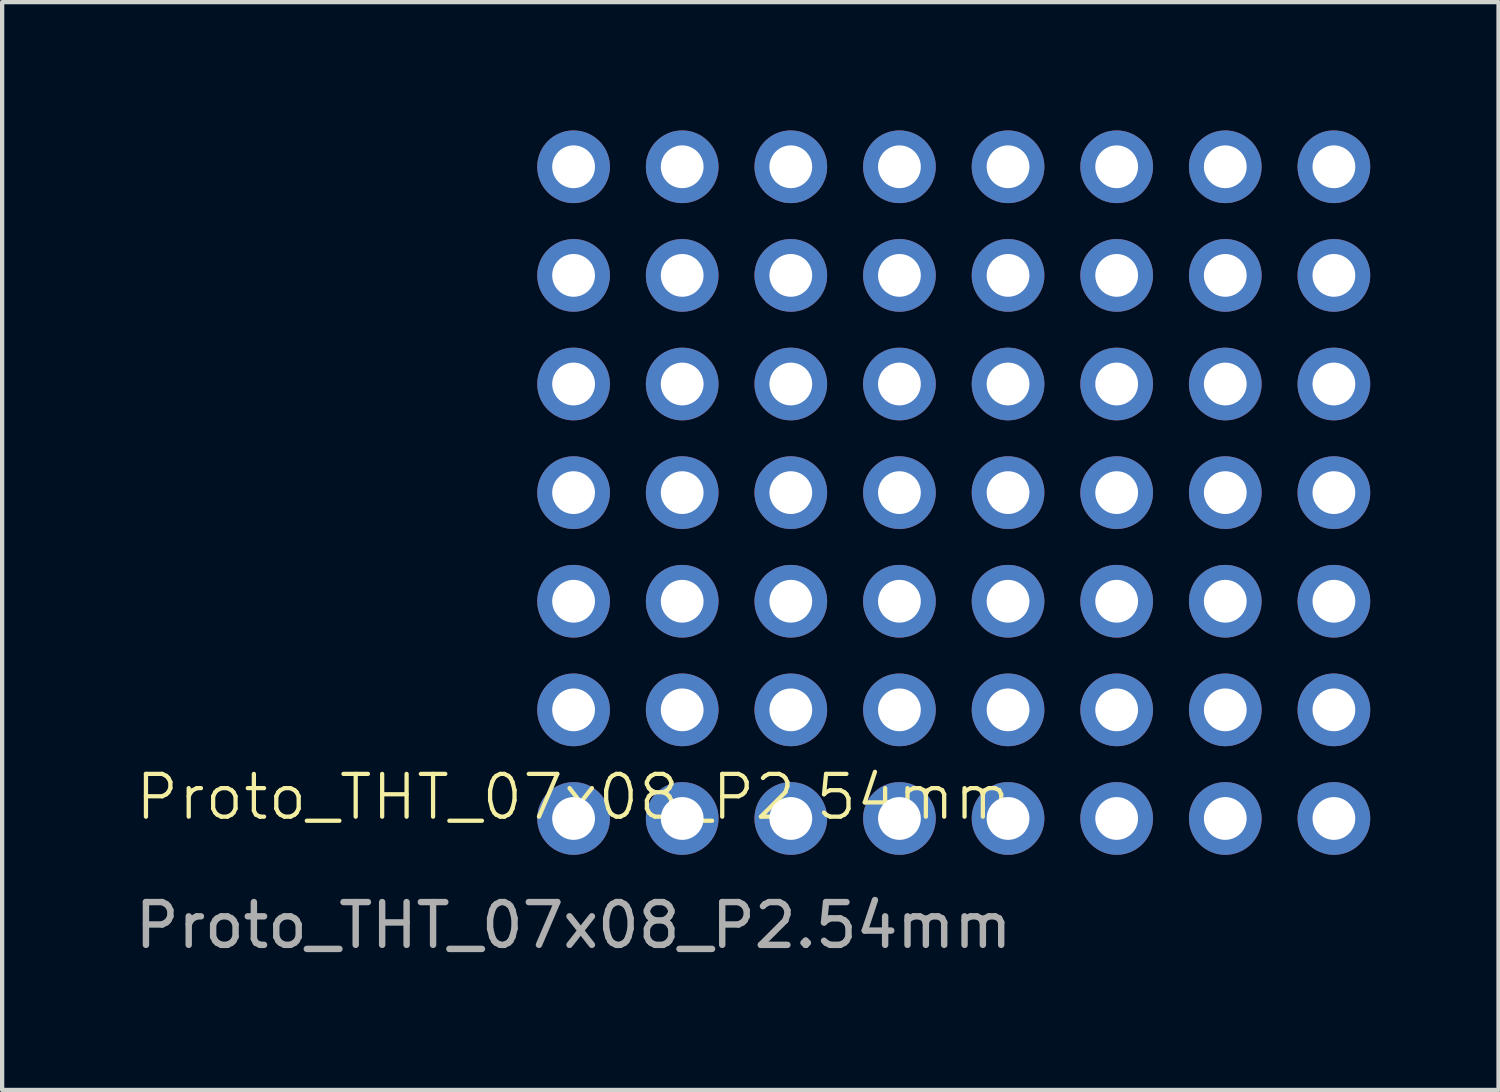
<source format=kicad_pcb>
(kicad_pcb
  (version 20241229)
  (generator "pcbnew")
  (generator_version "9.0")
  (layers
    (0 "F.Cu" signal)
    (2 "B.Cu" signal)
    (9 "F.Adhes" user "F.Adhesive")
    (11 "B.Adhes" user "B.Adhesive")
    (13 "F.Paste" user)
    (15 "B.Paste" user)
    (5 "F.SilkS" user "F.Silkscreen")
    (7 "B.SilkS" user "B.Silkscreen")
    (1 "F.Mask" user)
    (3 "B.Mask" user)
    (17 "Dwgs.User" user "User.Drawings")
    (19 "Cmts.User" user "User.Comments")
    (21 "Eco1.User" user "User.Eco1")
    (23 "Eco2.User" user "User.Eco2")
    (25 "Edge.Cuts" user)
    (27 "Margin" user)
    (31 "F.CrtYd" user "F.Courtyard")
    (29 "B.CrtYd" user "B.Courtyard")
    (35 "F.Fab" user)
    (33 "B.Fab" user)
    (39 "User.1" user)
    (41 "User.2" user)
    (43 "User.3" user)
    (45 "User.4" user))
  (footprint "Proto_THT_07x08_P2.54mm"
    (layer "F.Cu")
    (at 10.363 16.09)
    (property "Reference" "Proto_THT_07x08_P2.54mm" (at 0 -0.5 0) (unlocked yes) (layer "F.SilkS") (effects (font (size 1 1) (thickness 0.1))))
    (attr smd)
    (fp_text user "${REFERENCE}" (at 0 2.5 0) (unlocked yes) (layer "F.Fab") (effects (font (size 1 1) (thickness 0.15))))
    (pad "A1" thru_hole circle (at 0 0) (size 1.7 1.7) (drill 1) (layers "*.Cu" "*.Mask"))
    (pad "A2" thru_hole circle (at 0 -2.54) (size 1.7 1.7) (drill 1) (layers "*.Cu" "*.Mask"))
    (pad "A3" thru_hole circle (at 0 -5.08) (size 1.7 1.7) (drill 1) (layers "*.Cu" "*.Mask"))
    (pad "A4" thru_hole circle (at 0 -7.62) (size 1.7 1.7) (drill 1) (layers "*.Cu" "*.Mask"))
    (pad "A5" thru_hole circle (at 0 -10.16) (size 1.7 1.7) (drill 1) (layers "*.Cu" "*.Mask"))
    (pad "A6" thru_hole circle (at 0 -12.7) (size 1.7 1.7) (drill 1) (layers "*.Cu" "*.Mask"))
    (pad "A7" thru_hole circle (at 0 -15.24) (size 1.7 1.7) (drill 1) (layers "*.Cu" "*.Mask"))
    (pad "B1" thru_hole circle (at 2.54 0) (size 1.7 1.7) (drill 1) (layers "*.Cu" "*.Mask"))
    (pad "B2" thru_hole circle (at 2.54 -2.54) (size 1.7 1.7) (drill 1) (layers "*.Cu" "*.Mask"))
    (pad "B3" thru_hole circle (at 2.54 -5.08) (size 1.7 1.7) (drill 1) (layers "*.Cu" "*.Mask"))
    (pad "B4" thru_hole circle (at 2.54 -7.62) (size 1.7 1.7) (drill 1) (layers "*.Cu" "*.Mask"))
    (pad "B5" thru_hole circle (at 2.54 -10.16) (size 1.7 1.7) (drill 1) (layers "*.Cu" "*.Mask"))
    (pad "B6" thru_hole circle (at 2.54 -12.7) (size 1.7 1.7) (drill 1) (layers "*.Cu" "*.Mask"))
    (pad "B7" thru_hole circle (at 2.54 -15.24) (size 1.7 1.7) (drill 1) (layers "*.Cu" "*.Mask"))
    (pad "C1" thru_hole circle (at 5.08 0) (size 1.7 1.7) (drill 1) (layers "*.Cu" "*.Mask"))
    (pad "C2" thru_hole circle (at 5.08 -2.54) (size 1.7 1.7) (drill 1) (layers "*.Cu" "*.Mask"))
    (pad "C3" thru_hole circle (at 5.08 -5.08) (size 1.7 1.7) (drill 1) (layers "*.Cu" "*.Mask"))
    (pad "C4" thru_hole circle (at 5.08 -7.62) (size 1.7 1.7) (drill 1) (layers "*.Cu" "*.Mask"))
    (pad "C5" thru_hole circle (at 5.08 -10.16) (size 1.7 1.7) (drill 1) (layers "*.Cu" "*.Mask"))
    (pad "C6" thru_hole circle (at 5.08 -12.7) (size 1.7 1.7) (drill 1) (layers "*.Cu" "*.Mask"))
    (pad "C7" thru_hole circle (at 5.08 -15.24) (size 1.7 1.7) (drill 1) (layers "*.Cu" "*.Mask"))
    (pad "D1" thru_hole circle (at 7.62 0) (size 1.7 1.7) (drill 1) (layers "*.Cu" "*.Mask"))
    (pad "D2" thru_hole circle (at 7.62 -2.54) (size 1.7 1.7) (drill 1) (layers "*.Cu" "*.Mask"))
    (pad "D3" thru_hole circle (at 7.62 -5.08) (size 1.7 1.7) (drill 1) (layers "*.Cu" "*.Mask"))
    (pad "D4" thru_hole circle (at 7.62 -7.62) (size 1.7 1.7) (drill 1) (layers "*.Cu" "*.Mask"))
    (pad "D5" thru_hole circle (at 7.62 -10.16) (size 1.7 1.7) (drill 1) (layers "*.Cu" "*.Mask"))
    (pad "D6" thru_hole circle (at 7.62 -12.7) (size 1.7 1.7) (drill 1) (layers "*.Cu" "*.Mask"))
    (pad "D7" thru_hole circle (at 7.62 -15.24) (size 1.7 1.7) (drill 1) (layers "*.Cu" "*.Mask"))
    (pad "E1" thru_hole circle (at 10.16 0) (size 1.7 1.7) (drill 1) (layers "*.Cu" "*.Mask"))
    (pad "E2" thru_hole circle (at 10.16 -2.54) (size 1.7 1.7) (drill 1) (layers "*.Cu" "*.Mask"))
    (pad "E3" thru_hole circle (at 10.16 -5.08) (size 1.7 1.7) (drill 1) (layers "*.Cu" "*.Mask"))
    (pad "E4" thru_hole circle (at 10.16 -7.62) (size 1.7 1.7) (drill 1) (layers "*.Cu" "*.Mask"))
    (pad "E5" thru_hole circle (at 10.16 -10.16) (size 1.7 1.7) (drill 1) (layers "*.Cu" "*.Mask"))
    (pad "E6" thru_hole circle (at 10.16 -12.7) (size 1.7 1.7) (drill 1) (layers "*.Cu" "*.Mask"))
    (pad "E7" thru_hole circle (at 10.16 -15.24) (size 1.7 1.7) (drill 1) (layers "*.Cu" "*.Mask"))
    (pad "F1" thru_hole circle (at 12.7 0) (size 1.7 1.7) (drill 1) (layers "*.Cu" "*.Mask"))
    (pad "F2" thru_hole circle (at 12.7 -2.54) (size 1.7 1.7) (drill 1) (layers "*.Cu" "*.Mask"))
    (pad "F3" thru_hole circle (at 12.7 -5.08) (size 1.7 1.7) (drill 1) (layers "*.Cu" "*.Mask"))
    (pad "F4" thru_hole circle (at 12.7 -7.62) (size 1.7 1.7) (drill 1) (layers "*.Cu" "*.Mask"))
    (pad "F5" thru_hole circle (at 12.7 -10.16) (size 1.7 1.7) (drill 1) (layers "*.Cu" "*.Mask"))
    (pad "F6" thru_hole circle (at 12.7 -12.7) (size 1.7 1.7) (drill 1) (layers "*.Cu" "*.Mask"))
    (pad "F7" thru_hole circle (at 12.7 -15.24) (size 1.7 1.7) (drill 1) (layers "*.Cu" "*.Mask"))
    (pad "G1" thru_hole circle (at 15.24 0) (size 1.7 1.7) (drill 1) (layers "*.Cu" "*.Mask"))
    (pad "G2" thru_hole circle (at 15.24 -2.54) (size 1.7 1.7) (drill 1) (layers "*.Cu" "*.Mask"))
    (pad "G3" thru_hole circle (at 15.24 -5.08) (size 1.7 1.7) (drill 1) (layers "*.Cu" "*.Mask"))
    (pad "G4" thru_hole circle (at 15.24 -7.62) (size 1.7 1.7) (drill 1) (layers "*.Cu" "*.Mask"))
    (pad "G5" thru_hole circle (at 15.24 -10.16) (size 1.7 1.7) (drill 1) (layers "*.Cu" "*.Mask"))
    (pad "G6" thru_hole circle (at 15.24 -12.7) (size 1.7 1.7) (drill 1) (layers "*.Cu" "*.Mask"))
    (pad "G7" thru_hole circle (at 15.24 -15.24) (size 1.7 1.7) (drill 1) (layers "*.Cu" "*.Mask"))
    (pad "H1" thru_hole circle (at 17.78 0) (size 1.7 1.7) (drill 1) (layers "*.Cu" "*.Mask"))
    (pad "H2" thru_hole circle (at 17.78 -2.54) (size 1.7 1.7) (drill 1) (layers "*.Cu" "*.Mask"))
    (pad "H3" thru_hole circle (at 17.78 -5.08) (size 1.7 1.7) (drill 1) (layers "*.Cu" "*.Mask"))
    (pad "H4" thru_hole circle (at 17.78 -7.62) (size 1.7 1.7) (drill 1) (layers "*.Cu" "*.Mask"))
    (pad "H5" thru_hole circle (at 17.78 -10.16) (size 1.7 1.7) (drill 1) (layers "*.Cu" "*.Mask"))
    (pad "H6" thru_hole circle (at 17.78 -12.7) (size 1.7 1.7) (drill 1) (layers "*.Cu" "*.Mask"))
    (pad "H7" thru_hole circle (at 17.78 -15.24) (size 1.7 1.7) (drill 1) (layers "*.Cu" "*.Mask")))
  (gr_rect
    (start -3 -3)
    (end 31.993 22.438)
    (stroke (width 0.1) (type default))
    (fill no)
    (layer "Edge.Cuts")))
</source>
